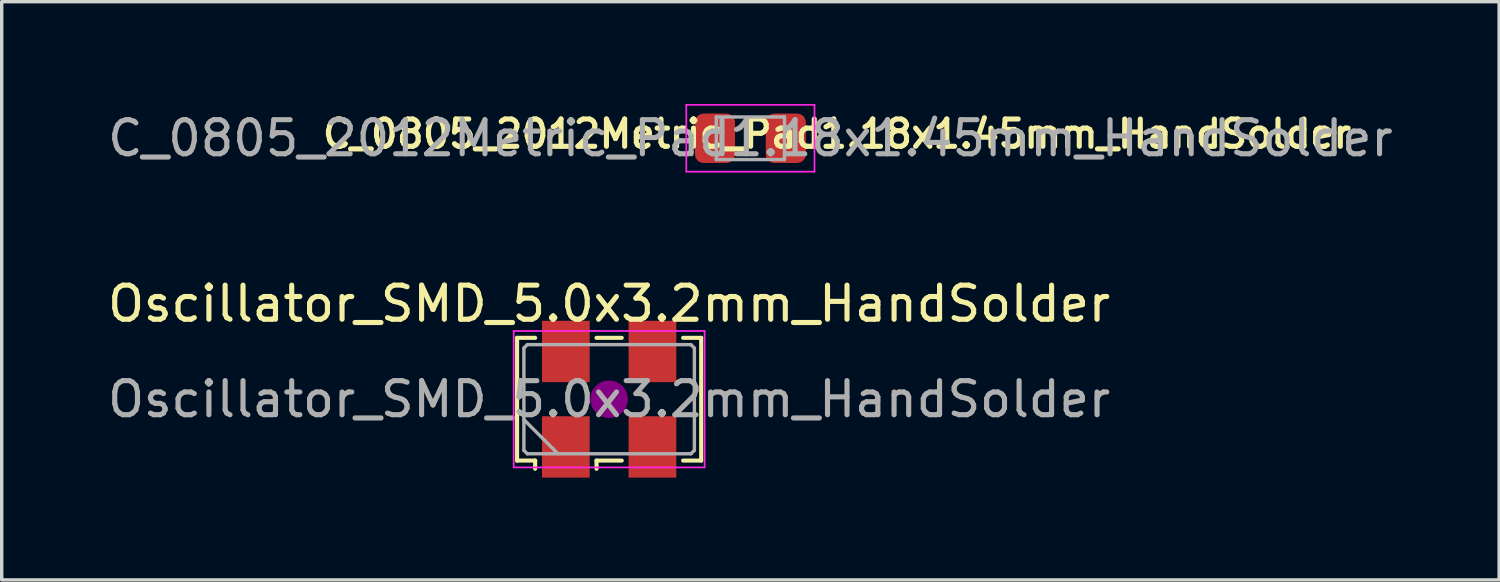
<source format=kicad_pcb>
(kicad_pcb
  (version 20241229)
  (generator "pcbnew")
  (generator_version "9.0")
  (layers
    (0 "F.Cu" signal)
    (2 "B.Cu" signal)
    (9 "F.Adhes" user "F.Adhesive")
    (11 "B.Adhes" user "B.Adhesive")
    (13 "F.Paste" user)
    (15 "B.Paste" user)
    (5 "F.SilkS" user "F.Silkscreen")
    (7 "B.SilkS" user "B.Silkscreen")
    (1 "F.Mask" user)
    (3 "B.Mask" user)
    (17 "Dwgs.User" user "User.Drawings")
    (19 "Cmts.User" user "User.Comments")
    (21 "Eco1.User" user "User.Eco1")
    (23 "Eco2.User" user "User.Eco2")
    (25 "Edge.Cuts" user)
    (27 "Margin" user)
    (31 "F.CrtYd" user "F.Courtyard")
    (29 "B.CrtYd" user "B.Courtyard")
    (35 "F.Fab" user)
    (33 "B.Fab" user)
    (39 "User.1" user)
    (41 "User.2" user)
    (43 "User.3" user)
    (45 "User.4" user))
  (footprint "Oscillator_SMD_5.0x3.2mm_HandSolder"
    (layer "F.Cu")
    (at 14.815 8.658)
    (property "Reference" "Oscillator_SMD_5.0x3.2mm_HandSolder" (at 0 -2.8 0) (layer "F.SilkS") (effects (font (size 1 1) (thickness 0.15))))
    (attr smd)
    (fp_line (start -2.7 -1.8) (end -2.17 -1.8) (stroke (width 0.12) (type solid)) (layer "F.SilkS"))
    (fp_line (start -2.7 1.8) (end -2.7 -1.8) (stroke (width 0.12) (type solid)) (layer "F.SilkS"))
    (fp_line (start -2.17 1.8) (end -2.7 1.8) (stroke (width 0.12) (type solid)) (layer "F.SilkS"))
    (fp_line (start -2.17 2.04) (end -2.17 1.8) (stroke (width 0.12) (type solid)) (layer "F.SilkS"))
    (fp_line (start -0.37 -1.8) (end 0.37 -1.8) (stroke (width 0.12) (type solid)) (layer "F.SilkS"))
    (fp_line (start -0.37 1.8) (end -0.37 2.04) (stroke (width 0.12) (type solid)) (layer "F.SilkS"))
    (fp_line (start 0.37 1.8) (end -0.37 1.8) (stroke (width 0.12) (type solid)) (layer "F.SilkS"))
    (fp_line (start 2.17 -1.8) (end 2.7 -1.8) (stroke (width 0.12) (type solid)) (layer "F.SilkS"))
    (fp_line (start 2.7 -1.8) (end 2.7 1.8) (stroke (width 0.12) (type solid)) (layer "F.SilkS"))
    (fp_line (start 2.7 1.8) (end 2.17 1.8) (stroke (width 0.12) (type solid)) (layer "F.SilkS"))
    (fp_circle (center 0 0) (end 0.117 0) (stroke (width 0.233) (type solid)) (fill no) (layer "F.Adhes"))
    (fp_circle (center 0 0) (end 0.267 0) (stroke (width 0.167) (type solid)) (fill no) (layer "F.Adhes"))
    (fp_circle (center 0 0) (end 0.417 0) (stroke (width 0.167) (type solid)) (fill no) (layer "F.Adhes"))
    (fp_circle (center 0 0) (end 0.5 0) (stroke (width 0.1) (type solid)) (fill no) (layer "F.Adhes"))
    (fp_line (start -2.8 -2) (end -2.8 2) (stroke (width 0.05) (type solid)) (layer "F.CrtYd"))
    (fp_line (start -2.8 2) (end 2.8 2) (stroke (width 0.05) (type solid)) (layer "F.CrtYd"))
    (fp_line (start 2.8 -2) (end -2.8 -2) (stroke (width 0.05) (type solid)) (layer "F.CrtYd"))
    (fp_line (start 2.8 2) (end 2.8 -2) (stroke (width 0.05) (type solid)) (layer "F.CrtYd"))
    (fp_line (start -2.5 -1.5) (end -2.4 -1.6) (stroke (width 0.1) (type solid)) (layer "F.Fab"))
    (fp_line (start -2.5 0.6) (end -1.5 1.6) (stroke (width 0.1) (type solid)) (layer "F.Fab"))
    (fp_line (start -2.5 1.5) (end -2.5 -1.5) (stroke (width 0.1) (type solid)) (layer "F.Fab"))
    (fp_line (start -2.4 -1.6) (end 2.4 -1.6) (stroke (width 0.1) (type solid)) (layer "F.Fab"))
    (fp_line (start -2.4 1.6) (end -2.5 1.5) (stroke (width 0.1) (type solid)) (layer "F.Fab"))
    (fp_line (start 2.4 -1.6) (end 2.5 -1.5) (stroke (width 0.1) (type solid)) (layer "F.Fab"))
    (fp_line (start 2.4 1.6) (end -2.4 1.6) (stroke (width 0.1) (type solid)) (layer "F.Fab"))
    (fp_line (start 2.5 -1.5) (end 2.5 1.5) (stroke (width 0.1) (type solid)) (layer "F.Fab"))
    (fp_line (start 2.5 1.5) (end 2.4 1.6) (stroke (width 0.1) (type solid)) (layer "F.Fab"))
    (fp_text user "${REFERENCE}" (at 0 0 0) (layer "F.Fab") (effects (font (size 1 1) (thickness 0.15))))
    (pad "1" smd rect (at -1.27 1.4) (size 1.4 1.8) (layers "F.Cu" "F.Mask" "F.Paste"))
    (pad "2" smd rect (at 1.27 1.4) (size 1.4 1.8) (layers "F.Cu" "F.Mask" "F.Paste"))
    (pad "3" smd rect (at 1.27 -1.4) (size 1.4 1.8) (layers "F.Cu" "F.Mask" "F.Paste"))
    (pad "4" smd rect (at -1.27 -1.4) (size 1.4 1.8) (layers "F.Cu" "F.Mask" "F.Paste")))
  (footprint "C_0805_2012Metric_Pad1.18x1.45mm_HandSolder"
    (layer "F.Cu")
    (at 18.958 1.005)
    (property "Reference" "C_0805_2012Metric_Pad1.18x1.45mm_HandSolder" (at 2.54 -0.127 0) (layer "F.SilkS") (effects (font (size 0.8 0.8) (thickness 0.15))))
    (attr smd)
    (fp_line (start -1.88 -0.98) (end 1.88 -0.98) (stroke (width 0.05) (type solid)) (layer "F.CrtYd"))
    (fp_line (start -1.88 0.98) (end -1.88 -0.98) (stroke (width 0.05) (type solid)) (layer "F.CrtYd"))
    (fp_line (start 1.88 -0.98) (end 1.88 0.98) (stroke (width 0.05) (type solid)) (layer "F.CrtYd"))
    (fp_line (start 1.88 0.98) (end -1.88 0.98) (stroke (width 0.05) (type solid)) (layer "F.CrtYd"))
    (fp_line (start -1 -0.625) (end 1 -0.625) (stroke (width 0.1) (type solid)) (layer "F.Fab"))
    (fp_line (start -1 0.625) (end -1 -0.625) (stroke (width 0.1) (type solid)) (layer "F.Fab"))
    (fp_line (start 1 -0.625) (end 1 0.625) (stroke (width 0.1) (type solid)) (layer "F.Fab"))
    (fp_line (start 1 0.625) (end -1 0.625) (stroke (width 0.1) (type solid)) (layer "F.Fab"))
    (fp_text user "${REFERENCE}" (at 0 0 0) (layer "F.Fab") (effects (font (size 1 1) (thickness 0.15))))
    (pad "1" smd roundrect (at -1.038 0) (size 1.175 1.45) (layers "F.Cu" "F.Mask" "F.Paste") (roundrect_rratio 0.213))
    (pad "2" smd roundrect (at 1.038 0) (size 1.175 1.45) (layers "F.Cu" "F.Mask" "F.Paste") (roundrect_rratio 0.213)))
  (gr_rect
    (start -3 -3)
    (end 40.917 13.958)
    (stroke (width 0.1) (type default))
    (fill no)
    (layer "Edge.Cuts")))
</source>
